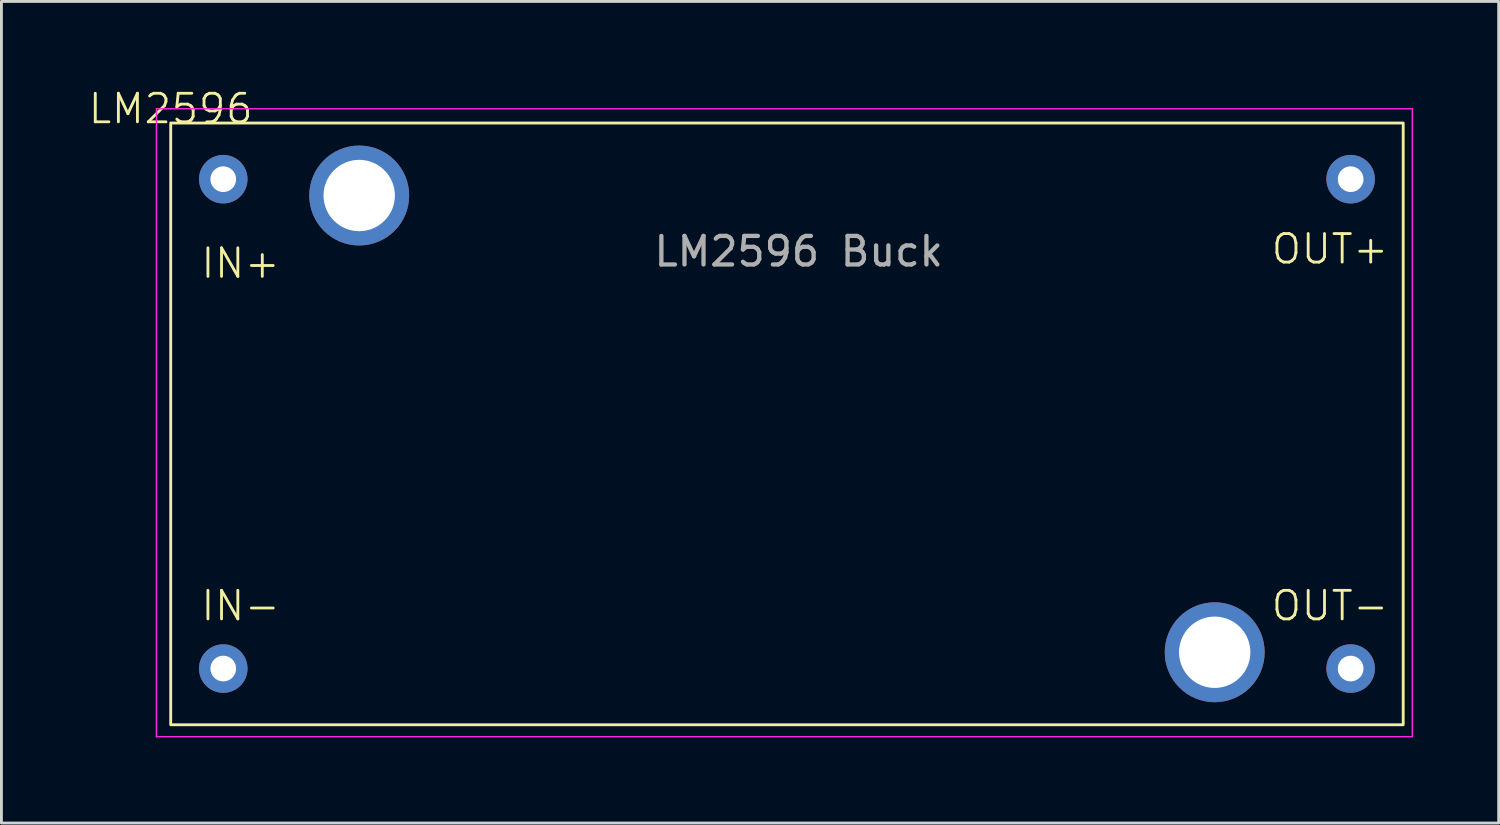
<source format=kicad_pcb>
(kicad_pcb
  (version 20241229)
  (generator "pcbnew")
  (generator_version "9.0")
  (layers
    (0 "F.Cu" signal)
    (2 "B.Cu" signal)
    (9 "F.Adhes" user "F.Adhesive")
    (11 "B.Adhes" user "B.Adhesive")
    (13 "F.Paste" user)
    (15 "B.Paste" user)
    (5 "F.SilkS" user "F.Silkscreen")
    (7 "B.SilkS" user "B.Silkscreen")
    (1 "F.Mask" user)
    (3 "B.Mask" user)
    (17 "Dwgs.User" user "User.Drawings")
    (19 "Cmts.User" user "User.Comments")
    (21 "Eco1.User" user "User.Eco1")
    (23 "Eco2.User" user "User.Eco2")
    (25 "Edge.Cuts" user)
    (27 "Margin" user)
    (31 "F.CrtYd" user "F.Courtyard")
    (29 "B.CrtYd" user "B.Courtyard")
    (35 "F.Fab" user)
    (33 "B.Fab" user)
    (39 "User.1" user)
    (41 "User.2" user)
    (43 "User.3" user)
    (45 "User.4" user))
  (footprint "LM2596"
    (layer "F.Cu")
    (at 2.931 1.26)
    (property "Reference" "LM2596" (at 0 -0.5 0) (unlocked yes) (layer "F.SilkS") (effects (font (size 1 1) (thickness 0.1))))
    (attr smd)
    (fp_rect (start 0 0) (end 43.18 21.082) (stroke (width 0.1) (type solid)) (fill no) (layer "F.SilkS"))
    (fp_line (start -0.5 -0.5) (end 0 -0.5) (stroke (width 0.05) (type default)) (layer "F.CrtYd"))
    (fp_line (start -0.5 21.5) (end -0.5 -0.5) (stroke (width 0.05) (type default)) (layer "F.CrtYd"))
    (fp_line (start 0 -0.5) (end 43.5 -0.5) (stroke (width 0.05) (type default)) (layer "F.CrtYd"))
    (fp_line (start 43.5 -0.5) (end 43.5 21.5) (stroke (width 0.05) (type default)) (layer "F.CrtYd"))
    (fp_line (start 43.5 21.5) (end -0.5 21.5) (stroke (width 0.05) (type default)) (layer "F.CrtYd"))
    (fp_text user "OUT+" (at 38.5 5 0) (unlocked yes) (layer "F.SilkS") (effects (font (size 1 1) (thickness 0.1)) (justify left bottom)))
    (fp_text user "IN+" (at 1 5.5 0) (unlocked yes) (layer "F.SilkS") (effects (font (size 1 1) (thickness 0.1)) (justify left bottom)))
    (fp_text user "OUT-" (at 38.5 17.5 0) (unlocked yes) (layer "F.SilkS") (effects (font (size 1 1) (thickness 0.1)) (justify left bottom)))
    (fp_text user "IN-" (at 1 17.5 0) (unlocked yes) (layer "F.SilkS") (effects (font (size 1 1) (thickness 0.1)) (justify left bottom)))
    (fp_text user "LM2596 Buck" (at 22 4.5 0) (unlocked yes) (layer "F.Fab") (effects (font (size 1 1) (thickness 0.15))))
    (pad "" thru_hole circle (at 6.604 2.54) (size 3.5 3.5) (drill 2.5) (layers "*.Cu" "*.Mask"))
    (pad "" thru_hole circle (at 36.576 18.542) (size 3.5 3.5) (drill 2.5) (layers "*.Cu" "*.Mask"))
    (pad "1" thru_hole circle (at 1.841 1.968) (size 1.7 1.7) (drill 0.9) (layers "*.Cu" "*.Mask"))
    (pad "2" thru_hole circle (at 1.841 19.113) (size 1.7 1.7) (drill 0.9) (layers "*.Cu" "*.Mask"))
    (pad "3" thru_hole circle (at 41.339 1.968) (size 1.7 1.7) (drill 0.9) (layers "*.Cu" "*.Mask"))
    (pad "4" thru_hole circle (at 41.339 19.113) (size 1.7 1.7) (drill 0.9) (layers "*.Cu" "*.Mask")))
  (gr_rect
    (start -3 -3)
    (end 49.456 25.785)
    (stroke (width 0.1) (type default))
    (fill no)
    (layer "Edge.Cuts")))
</source>
